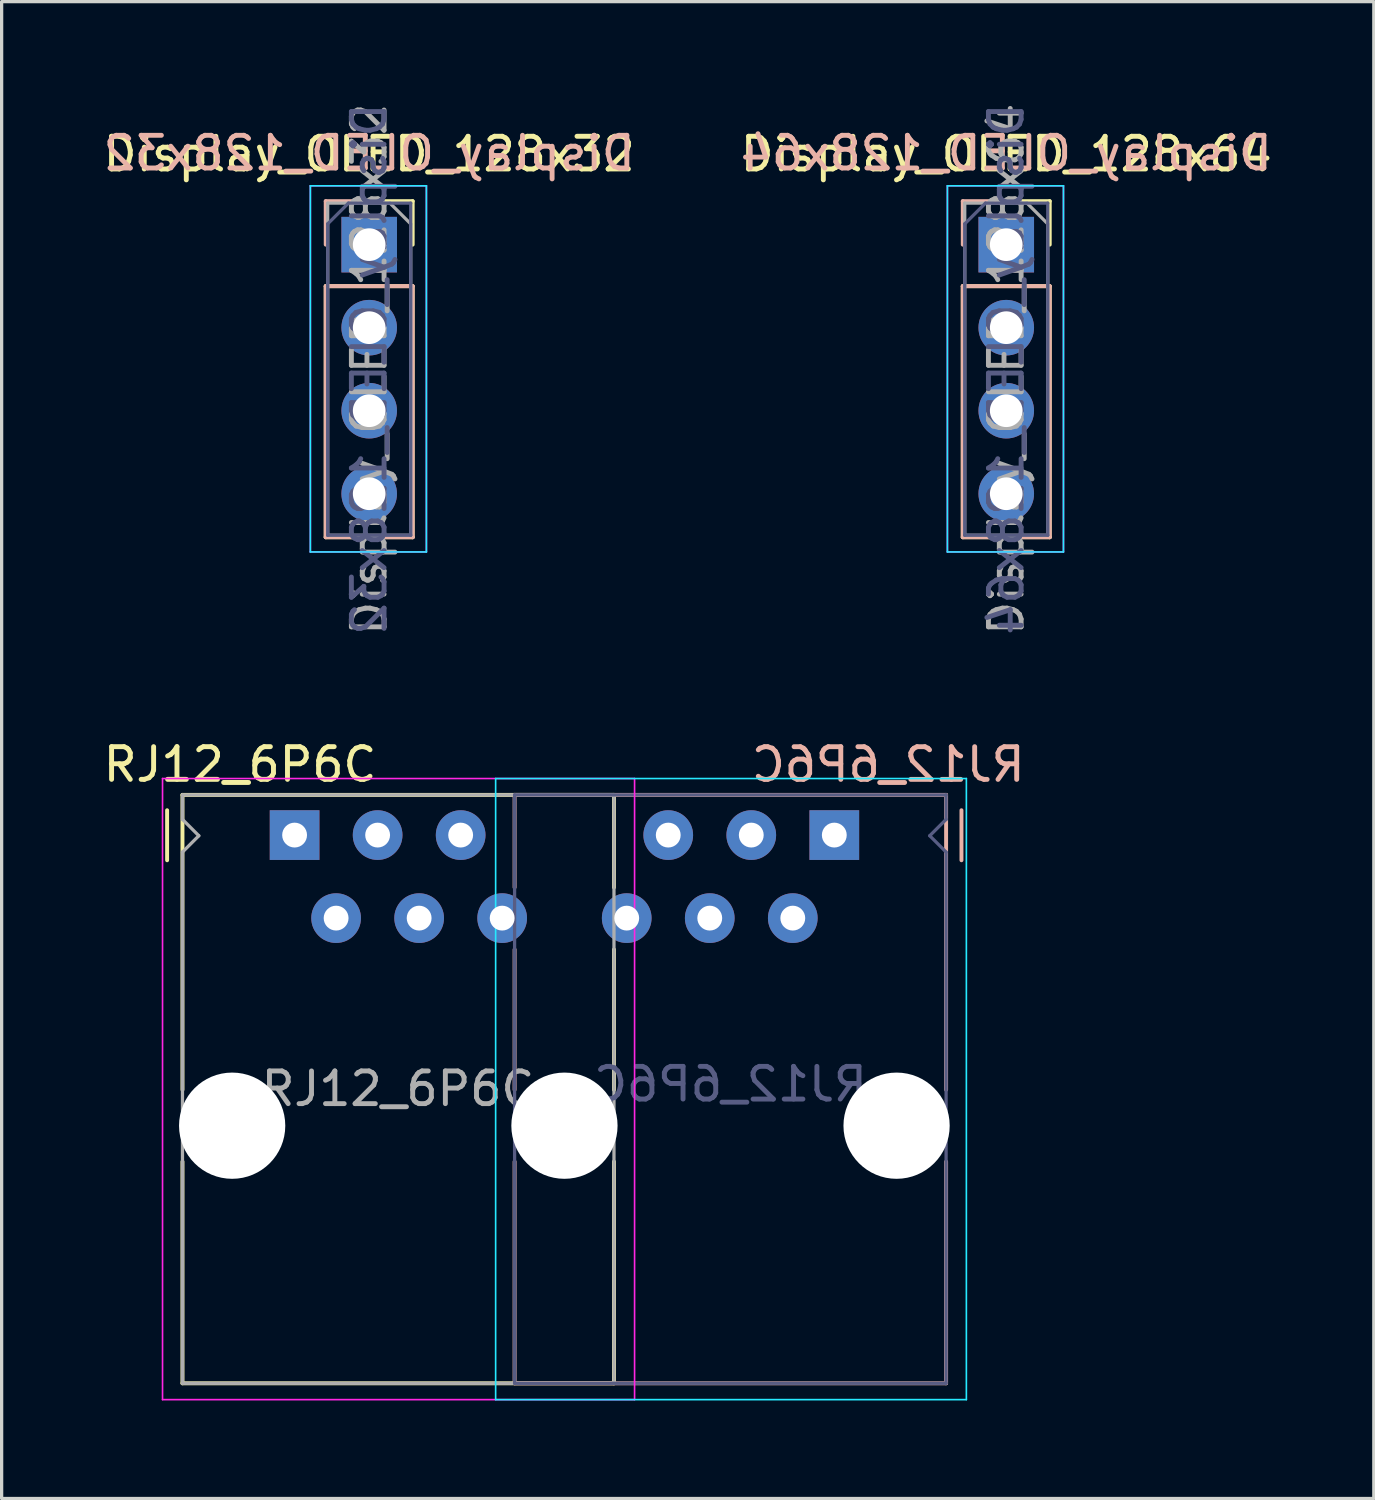
<source format=kicad_pcb>
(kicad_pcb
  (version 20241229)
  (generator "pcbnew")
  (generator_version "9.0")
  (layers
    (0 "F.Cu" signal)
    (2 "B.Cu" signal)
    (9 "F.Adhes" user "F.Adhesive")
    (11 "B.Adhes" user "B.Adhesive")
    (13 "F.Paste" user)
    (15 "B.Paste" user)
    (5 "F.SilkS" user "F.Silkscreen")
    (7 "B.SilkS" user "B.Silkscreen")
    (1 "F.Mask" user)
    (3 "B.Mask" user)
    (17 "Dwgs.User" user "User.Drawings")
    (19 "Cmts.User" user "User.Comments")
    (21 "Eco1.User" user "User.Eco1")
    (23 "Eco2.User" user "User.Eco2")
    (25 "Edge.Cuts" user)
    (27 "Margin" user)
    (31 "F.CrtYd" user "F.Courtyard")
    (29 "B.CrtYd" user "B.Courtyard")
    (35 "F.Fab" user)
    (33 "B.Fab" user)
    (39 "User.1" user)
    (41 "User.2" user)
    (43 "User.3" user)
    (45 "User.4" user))
  (footprint "Display_OLED_128x64"
    (layer "F.Cu")
    (at 27.732 4.434)
    (property "Reference" "Display_OLED_128x64" (at 0 -2.77 0) (layer "F.SilkS") (effects (font (size 1 1) (thickness 0.15))))
    (attr through_hole)
    (fp_line (start -1.33 1.27) (end -1.33 8.95) (stroke (width 0.12) (type solid)) (layer "F.SilkS"))
    (fp_line (start -1.33 1.27) (end 1.33 1.27) (stroke (width 0.12) (type solid)) (layer "F.SilkS"))
    (fp_line (start -1.33 8.95) (end 1.33 8.95) (stroke (width 0.12) (type solid)) (layer "F.SilkS"))
    (fp_line (start 0 -1.33) (end 1.33 -1.33) (stroke (width 0.12) (type solid)) (layer "F.SilkS"))
    (fp_line (start 1.33 -1.33) (end 1.33 0) (stroke (width 0.12) (type solid)) (layer "F.SilkS"))
    (fp_line (start 1.33 1.27) (end 1.33 8.95) (stroke (width 0.12) (type solid)) (layer "F.SilkS"))
    (fp_line (start -1.33 -1.33) (end -1.33 0) (stroke (width 0.12) (type solid)) (layer "B.SilkS"))
    (fp_line (start -1.33 1.27) (end -1.33 8.95) (stroke (width 0.12) (type solid)) (layer "B.SilkS"))
    (fp_line (start 0 -1.33) (end -1.33 -1.33) (stroke (width 0.12) (type solid)) (layer "B.SilkS"))
    (fp_line (start 1.33 1.27) (end -1.33 1.27) (stroke (width 0.12) (type solid)) (layer "B.SilkS"))
    (fp_line (start 1.33 1.27) (end 1.33 8.95) (stroke (width 0.12) (type solid)) (layer "B.SilkS"))
    (fp_line (start 1.33 8.95) (end -1.33 8.95) (stroke (width 0.12) (type solid)) (layer "B.SilkS"))
    (fp_line (start -1.8 -1.8) (end -1.8 9.4) (stroke (width 0.05) (type solid)) (layer "B.CrtYd"))
    (fp_line (start -1.8 9.4) (end 1.75 9.4) (stroke (width 0.05) (type solid)) (layer "B.CrtYd"))
    (fp_line (start 1.75 -1.8) (end -1.8 -1.8) (stroke (width 0.05) (type solid)) (layer "B.CrtYd"))
    (fp_line (start 1.75 9.4) (end 1.75 -1.8) (stroke (width 0.05) (type solid)) (layer "B.CrtYd"))
    (fp_line (start -1.8 -1.8) (end 1.75 -1.8) (stroke (width 0.05) (type solid)) (layer "F.CrtYd"))
    (fp_line (start -1.8 9.4) (end -1.8 -1.8) (stroke (width 0.05) (type solid)) (layer "F.CrtYd"))
    (fp_line (start 1.75 -1.8) (end 1.75 9.4) (stroke (width 0.05) (type solid)) (layer "F.CrtYd"))
    (fp_line (start 1.75 9.4) (end -1.8 9.4) (stroke (width 0.05) (type solid)) (layer "F.CrtYd"))
    (fp_line (start -1.27 -0.635) (end -1.27 8.89) (stroke (width 0.1) (type solid)) (layer "B.Fab"))
    (fp_line (start -1.27 8.89) (end 1.27 8.89) (stroke (width 0.1) (type solid)) (layer "B.Fab"))
    (fp_line (start -0.635 -1.27) (end -1.27 -0.635) (stroke (width 0.1) (type solid)) (layer "B.Fab"))
    (fp_line (start 1.27 -1.27) (end -0.635 -1.27) (stroke (width 0.1) (type solid)) (layer "B.Fab"))
    (fp_line (start 1.27 8.89) (end 1.27 -1.27) (stroke (width 0.1) (type solid)) (layer "B.Fab"))
    (fp_line (start -1.27 -1.27) (end 0.635 -1.27) (stroke (width 0.1) (type solid)) (layer "F.Fab"))
    (fp_line (start -1.27 8.89) (end -1.27 -1.27) (stroke (width 0.1) (type solid)) (layer "F.Fab"))
    (fp_line (start 0.635 -1.27) (end 1.27 -0.635) (stroke (width 0.1) (type solid)) (layer "F.Fab"))
    (fp_line (start 1.27 -0.635) (end 1.27 8.89) (stroke (width 0.1) (type solid)) (layer "F.Fab"))
    (fp_line (start 1.27 8.89) (end -1.27 8.89) (stroke (width 0.1) (type solid)) (layer "F.Fab"))
    (fp_text user "${REFERENCE}" (at 0 -2.8 180) (layer "B.SilkS") (effects (font (size 1 1) (thickness 0.15)) (justify mirror)))
    (fp_text user "${REFERENCE}" (at 0 3.81 90) (layer "B.Fab") (effects (font (size 1 1) (thickness 0.15)) (justify mirror)))
    (fp_text user "${REFERENCE}" (at 0 3.81 90) (layer "F.Fab") (effects (font (size 1 1) (thickness 0.15))))
    (pad "1" thru_hole rect (at 0 0) (size 1.7 1.7) (drill 1) (layers "*.Cu" "*.Mask"))
    (pad "2" thru_hole oval (at 0 2.54) (size 1.7 1.7) (drill 1) (layers "*.Cu" "*.Mask"))
    (pad "3" thru_hole oval (at 0 5.08) (size 1.7 1.7) (drill 1) (layers "*.Cu" "*.Mask"))
    (pad "4" thru_hole oval (at 0 7.62) (size 1.7 1.7) (drill 1) (layers "*.Cu" "*.Mask")))
  (footprint "RJ12_6P6C"
    (layer "F.Cu")
    (at 5.962 22.496)
    (property "Reference" "RJ12_6P6C" (at -1.67 -2.16 0) (layer "F.SilkS") (effects (font (size 1 1) (thickness 0.15))))
    (attr through_hole)
    (fp_line (start -3.9 0.77) (end -3.9 -0.76) (stroke (width 0.12) (type solid)) (layer "F.SilkS"))
    (fp_line (start -3.43 -1.23) (end 9.77 -1.23) (stroke (width 0.12) (type solid)) (layer "F.SilkS"))
    (fp_line (start -3.43 7.79) (end -3.43 -1.23) (stroke (width 0.12) (type solid)) (layer "F.SilkS"))
    (fp_line (start -3.43 16.77) (end -3.43 9.99) (stroke (width 0.12) (type solid)) (layer "F.SilkS"))
    (fp_line (start 9.77 -1.23) (end 9.77 1.6) (stroke (width 0.12) (type solid)) (layer "F.SilkS"))
    (fp_line (start 9.77 3.5) (end 9.77 7.79) (stroke (width 0.12) (type solid)) (layer "F.SilkS"))
    (fp_line (start 9.77 16.77) (end -3.43 16.77) (stroke (width 0.12) (type solid)) (layer "F.SilkS"))
    (fp_line (start 9.77 16.77) (end 9.77 9.99) (stroke (width 0.12) (type solid)) (layer "F.SilkS"))
    (fp_line (start 6.73 -1.23) (end 6.73 1.6) (stroke (width 0.12) (type solid)) (layer "B.SilkS"))
    (fp_line (start 6.73 3.5) (end 6.73 7.79) (stroke (width 0.12) (type solid)) (layer "B.SilkS"))
    (fp_line (start 6.73 16.77) (end 6.73 9.99) (stroke (width 0.12) (type solid)) (layer "B.SilkS"))
    (fp_line (start 6.73 16.77) (end 19.93 16.77) (stroke (width 0.12) (type solid)) (layer "B.SilkS"))
    (fp_line (start 19.93 -1.23) (end 6.73 -1.23) (stroke (width 0.12) (type solid)) (layer "B.SilkS"))
    (fp_line (start 19.93 7.79) (end 19.93 -1.23) (stroke (width 0.12) (type solid)) (layer "B.SilkS"))
    (fp_line (start 19.93 16.77) (end 19.93 9.99) (stroke (width 0.12) (type solid)) (layer "B.SilkS"))
    (fp_line (start 20.4 0.77) (end 20.4 -0.76) (stroke (width 0.12) (type solid)) (layer "B.SilkS"))
    (fp_line (start 6.15 -1.73) (end 6.15 17.27) (stroke (width 0.05) (type solid)) (layer "B.CrtYd"))
    (fp_line (start 6.15 17.27) (end 20.55 17.27) (stroke (width 0.05) (type solid)) (layer "B.CrtYd"))
    (fp_line (start 20.55 -1.73) (end 6.15 -1.73) (stroke (width 0.05) (type solid)) (layer "B.CrtYd"))
    (fp_line (start 20.55 17.27) (end 20.55 -1.73) (stroke (width 0.05) (type solid)) (layer "B.CrtYd"))
    (fp_line (start -4.04 -1.73) (end 10.4 -1.73) (stroke (width 0.05) (type solid)) (layer "F.CrtYd"))
    (fp_line (start -4.04 17.27) (end -4.04 -1.73) (stroke (width 0.05) (type solid)) (layer "F.CrtYd"))
    (fp_line (start 10.4 -1.73) (end 10.4 17.27) (stroke (width 0.05) (type solid)) (layer "F.CrtYd"))
    (fp_line (start 10.4 17.27) (end -4.04 17.27) (stroke (width 0.05) (type solid)) (layer "F.CrtYd"))
    (fp_line (start 6.73 -1.23) (end 6.73 16.77) (stroke (width 0.1) (type solid)) (layer "B.Fab"))
    (fp_line (start 6.73 16.77) (end 19.93 16.77) (stroke (width 0.1) (type solid)) (layer "B.Fab"))
    (fp_line (start 19.43 0.02) (end 19.93 -0.48) (stroke (width 0.1) (type solid)) (layer "B.Fab"))
    (fp_line (start 19.93 -1.23) (end 6.73 -1.23) (stroke (width 0.1) (type solid)) (layer "B.Fab"))
    (fp_line (start 19.93 -0.48) (end 19.93 -1.23) (stroke (width 0.1) (type solid)) (layer "B.Fab"))
    (fp_line (start 19.93 0.52) (end 19.43 0.02) (stroke (width 0.1) (type solid)) (layer "B.Fab"))
    (fp_line (start 19.93 16.77) (end 19.93 0.52) (stroke (width 0.1) (type solid)) (layer "B.Fab"))
    (fp_line (start -3.43 -1.23) (end 9.77 -1.23) (stroke (width 0.1) (type solid)) (layer "F.Fab"))
    (fp_line (start -3.43 -0.48) (end -3.43 -1.23) (stroke (width 0.1) (type solid)) (layer "F.Fab"))
    (fp_line (start -3.43 0.52) (end -2.93 0.02) (stroke (width 0.1) (type solid)) (layer "F.Fab"))
    (fp_line (start -3.43 16.77) (end -3.43 0.52) (stroke (width 0.1) (type solid)) (layer "F.Fab"))
    (fp_line (start -2.93 0.02) (end -3.43 -0.48) (stroke (width 0.1) (type solid)) (layer "F.Fab"))
    (fp_line (start 9.77 -1.23) (end 9.77 16.77) (stroke (width 0.1) (type solid)) (layer "F.Fab"))
    (fp_line (start 9.77 16.77) (end -3.43 16.77) (stroke (width 0.1) (type solid)) (layer "F.Fab"))
    (fp_text user "${REFERENCE}" (at 18.161 -2.159 0) (layer "B.SilkS") (effects (font (size 1 1) (thickness 0.15)) (justify mirror)))
    (fp_text user "${REFERENCE}" (at 13.335 7.62 0) (layer "B.Fab") (effects (font (size 1 1) (thickness 0.15)) (justify mirror)))
    (fp_text user "${REFERENCE}" (at 3.16 7.76 0) (layer "F.Fab") (effects (font (size 1 1) (thickness 0.15))))
    (pad "" np_thru_hole circle (at -1.91 8.89) (size 3.25 3.25) (drill 3.25) (layers "*.Cu" "*.Mask"))
    (pad "" np_thru_hole circle (at 8.255 8.89) (size 3.25 3.25) (drill 3.25) (layers "*.Cu" "*.Mask"))
    (pad "" np_thru_hole circle (at 18.415 8.89) (size 3.25 3.25) (drill 3.25) (layers "*.Cu" "*.Mask"))
    (pad "1" thru_hole rect (at 0 0) (size 1.52 1.52) (drill 0.76) (layers "*.Cu" "*.Mask"))
    (pad "1" thru_hole rect (at 16.51 0) (size 1.52 1.52) (drill 0.76) (layers "*.Cu" "*.Mask"))
    (pad "2" thru_hole circle (at 1.27 2.54) (size 1.52 1.52) (drill 0.76) (layers "*.Cu" "*.Mask"))
    (pad "2" thru_hole circle (at 15.24 2.54) (size 1.52 1.52) (drill 0.76) (layers "*.Cu" "*.Mask"))
    (pad "3" thru_hole circle (at 2.54 0) (size 1.52 1.52) (drill 0.76) (layers "*.Cu" "*.Mask"))
    (pad "3" thru_hole circle (at 13.97 0) (size 1.52 1.52) (drill 0.76) (layers "*.Cu" "*.Mask"))
    (pad "4" thru_hole circle (at 3.81 2.54) (size 1.52 1.52) (drill 0.76) (layers "*.Cu" "*.Mask"))
    (pad "4" thru_hole circle (at 12.7 2.54) (size 1.52 1.52) (drill 0.76) (layers "*.Cu" "*.Mask"))
    (pad "5" thru_hole circle (at 5.08 0) (size 1.52 1.52) (drill 0.76) (layers "*.Cu" "*.Mask"))
    (pad "5" thru_hole circle (at 11.43 0) (size 1.52 1.52) (drill 0.76) (layers "*.Cu" "*.Mask"))
    (pad "6" thru_hole circle (at 6.35 2.54) (size 1.52 1.52) (drill 0.76) (layers "*.Cu" "*.Mask"))
    (pad "6" thru_hole circle (at 10.16 2.54) (size 1.52 1.52) (drill 0.76) (layers "*.Cu" "*.Mask")))
  (footprint "Display_OLED_128x32"
    (layer "F.Cu")
    (at 8.244 4.434)
    (property "Reference" "Display_OLED_128x32" (at 0 -2.77 0) (layer "F.SilkS") (effects (font (size 1 1) (thickness 0.15))))
    (attr through_hole)
    (fp_line (start -1.33 1.27) (end -1.33 8.95) (stroke (width 0.12) (type solid)) (layer "F.SilkS"))
    (fp_line (start -1.33 1.27) (end 1.33 1.27) (stroke (width 0.12) (type solid)) (layer "F.SilkS"))
    (fp_line (start -1.33 8.95) (end 1.33 8.95) (stroke (width 0.12) (type solid)) (layer "F.SilkS"))
    (fp_line (start 0 -1.33) (end 1.33 -1.33) (stroke (width 0.12) (type solid)) (layer "F.SilkS"))
    (fp_line (start 1.33 -1.33) (end 1.33 0) (stroke (width 0.12) (type solid)) (layer "F.SilkS"))
    (fp_line (start 1.33 1.27) (end 1.33 8.95) (stroke (width 0.12) (type solid)) (layer "F.SilkS"))
    (fp_line (start -1.33 -1.33) (end -1.33 0) (stroke (width 0.12) (type solid)) (layer "B.SilkS"))
    (fp_line (start -1.33 1.27) (end -1.33 8.95) (stroke (width 0.12) (type solid)) (layer "B.SilkS"))
    (fp_line (start 0 -1.33) (end -1.33 -1.33) (stroke (width 0.12) (type solid)) (layer "B.SilkS"))
    (fp_line (start 1.33 1.27) (end -1.33 1.27) (stroke (width 0.12) (type solid)) (layer "B.SilkS"))
    (fp_line (start 1.33 1.27) (end 1.33 8.95) (stroke (width 0.12) (type solid)) (layer "B.SilkS"))
    (fp_line (start 1.33 8.95) (end -1.33 8.95) (stroke (width 0.12) (type solid)) (layer "B.SilkS"))
    (fp_line (start -1.8 -1.8) (end -1.8 9.4) (stroke (width 0.05) (type solid)) (layer "B.CrtYd"))
    (fp_line (start -1.8 9.4) (end 1.75 9.4) (stroke (width 0.05) (type solid)) (layer "B.CrtYd"))
    (fp_line (start 1.75 -1.8) (end -1.8 -1.8) (stroke (width 0.05) (type solid)) (layer "B.CrtYd"))
    (fp_line (start 1.75 9.4) (end 1.75 -1.8) (stroke (width 0.05) (type solid)) (layer "B.CrtYd"))
    (fp_line (start -1.8 -1.8) (end 1.75 -1.8) (stroke (width 0.05) (type solid)) (layer "F.CrtYd"))
    (fp_line (start -1.8 9.4) (end -1.8 -1.8) (stroke (width 0.05) (type solid)) (layer "F.CrtYd"))
    (fp_line (start 1.75 -1.8) (end 1.75 9.4) (stroke (width 0.05) (type solid)) (layer "F.CrtYd"))
    (fp_line (start 1.75 9.4) (end -1.8 9.4) (stroke (width 0.05) (type solid)) (layer "F.CrtYd"))
    (fp_line (start -1.27 -0.635) (end -1.27 8.89) (stroke (width 0.1) (type solid)) (layer "B.Fab"))
    (fp_line (start -1.27 8.89) (end 1.27 8.89) (stroke (width 0.1) (type solid)) (layer "B.Fab"))
    (fp_line (start -0.635 -1.27) (end -1.27 -0.635) (stroke (width 0.1) (type solid)) (layer "B.Fab"))
    (fp_line (start 1.27 -1.27) (end -0.635 -1.27) (stroke (width 0.1) (type solid)) (layer "B.Fab"))
    (fp_line (start 1.27 8.89) (end 1.27 -1.27) (stroke (width 0.1) (type solid)) (layer "B.Fab"))
    (fp_line (start -1.27 -1.27) (end 0.635 -1.27) (stroke (width 0.1) (type solid)) (layer "F.Fab"))
    (fp_line (start -1.27 8.89) (end -1.27 -1.27) (stroke (width 0.1) (type solid)) (layer "F.Fab"))
    (fp_line (start 0.635 -1.27) (end 1.27 -0.635) (stroke (width 0.1) (type solid)) (layer "F.Fab"))
    (fp_line (start 1.27 -0.635) (end 1.27 8.89) (stroke (width 0.1) (type solid)) (layer "F.Fab"))
    (fp_line (start 1.27 8.89) (end -1.27 8.89) (stroke (width 0.1) (type solid)) (layer "F.Fab"))
    (fp_text user "${REFERENCE}" (at 0 -2.8 180) (layer "B.SilkS") (effects (font (size 1 1) (thickness 0.15)) (justify mirror)))
    (fp_text user "${REFERENCE}" (at 0 3.81 90) (layer "B.Fab") (effects (font (size 1 1) (thickness 0.15)) (justify mirror)))
    (fp_text user "${REFERENCE}" (at 0 3.81 90) (layer "F.Fab") (effects (font (size 1 1) (thickness 0.15))))
    (pad "1" thru_hole rect (at 0 0) (size 1.7 1.7) (drill 1) (layers "*.Cu" "*.Mask"))
    (pad "2" thru_hole oval (at 0 2.54) (size 1.7 1.7) (drill 1) (layers "*.Cu" "*.Mask"))
    (pad "3" thru_hole oval (at 0 5.08) (size 1.7 1.7) (drill 1) (layers "*.Cu" "*.Mask"))
    (pad "4" thru_hole oval (at 0 7.62) (size 1.7 1.7) (drill 1) (layers "*.Cu" "*.Mask")))
  (gr_rect
    (start -3 -3)
    (end 38.976 42.791)
    (stroke (width 0.1) (type default))
    (fill no)
    (layer "Edge.Cuts")))
</source>
